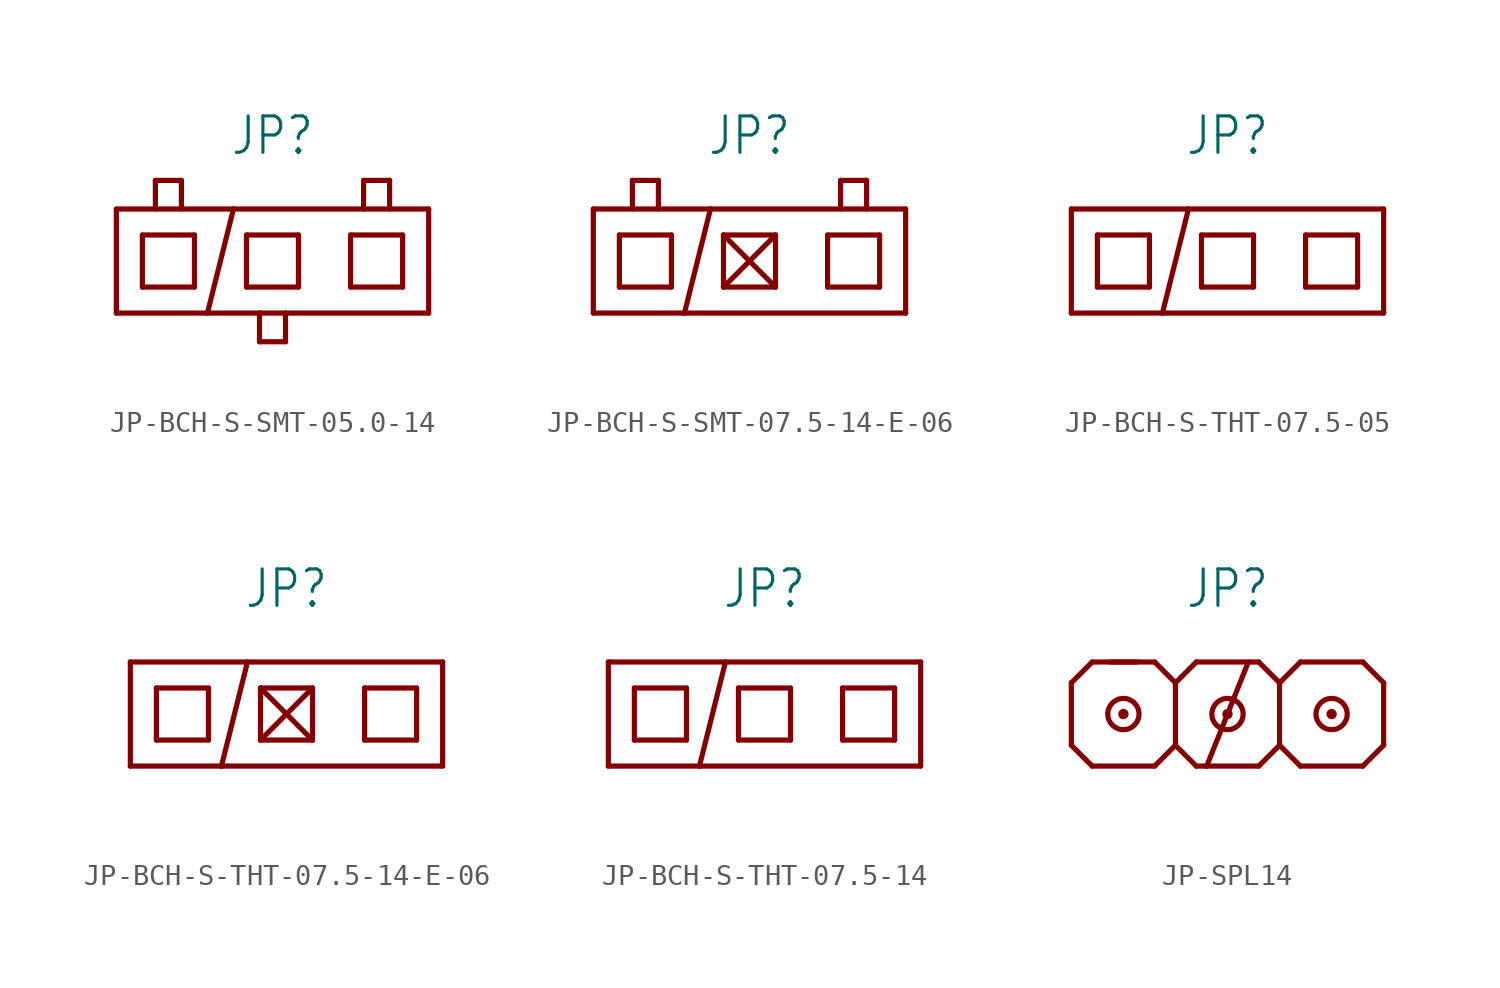
<source format=kicad_sym>
(kicad_symbol_lib
  (version 20231120)
  (generator "kicad_symbol_editor")
  (generator_version "8.0")
  (symbol "JP-BCH-S-SMT-05.0-14"
    (property "Reference" "JP"
      (at 0 5.08 0)
      (effects (font (size 1.778 1.511)) (justify bottom)))
    (property "Value" ""
      (at 0 -5.08 0)
      (effects (font (size 1.778 1.511)) (justify top)))
    (property "ki_locked" ""
      (at 0 0 0)
      (effects (font (size 1.27 1.27))))
    (symbol "JP-BCH-S-SMT-05.0-14_1_0"
      (polyline (pts (xy -7.62 -2.54) (xy -7.62 2.54)) (stroke (width 0.254) (type solid)) (fill (type none)))
      (polyline (pts (xy -6.35 -1.27) (xy -3.81 -1.27)) (stroke (width 0.254) (type solid)) (fill (type none)))
      (polyline (pts (xy -6.35 1.27) (xy -6.35 -1.27)) (stroke (width 0.254) (type solid)) (fill (type none)))
      (polyline (pts (xy -5.715 2.54) (xy -5.715 3.937)) (stroke (width 0.254) (type solid)) (fill (type none)))
      (polyline (pts (xy -5.715 3.937) (xy -4.445 3.937)) (stroke (width 0.254) (type solid)) (fill (type none)))
      (polyline (pts (xy -4.445 3.937) (xy -4.445 2.54)) (stroke (width 0.254) (type solid)) (fill (type none)))
      (polyline (pts (xy -3.81 -1.27) (xy -3.81 1.27)) (stroke (width 0.254) (type solid)) (fill (type none)))
      (polyline (pts (xy -3.81 1.27) (xy -6.35 1.27)) (stroke (width 0.254) (type solid)) (fill (type none)))
      (polyline (pts (xy -3.175 -2.54) (xy -7.62 -2.54)) (stroke (width 0.254) (type solid)) (fill (type none)))
      (polyline (pts (xy -3.175 -2.54) (xy -1.905 2.54)) (stroke (width 0.254) (type solid)) (fill (type none)))
      (polyline (pts (xy -1.905 2.54) (xy -7.62 2.54)) (stroke (width 0.254) (type solid)) (fill (type none)))
      (polyline (pts (xy -1.27 -1.27) (xy 1.27 -1.27)) (stroke (width 0.254) (type solid)) (fill (type none)))
      (polyline (pts (xy -1.27 1.27) (xy -1.27 -1.27)) (stroke (width 0.254) (type solid)) (fill (type none)))
      (polyline (pts (xy -0.635 -3.937) (xy -0.635 -2.54)) (stroke (width 0.254) (type solid)) (fill (type none)))
      (polyline (pts (xy -0.635 -2.54) (xy -3.175 -2.54)) (stroke (width 0.254) (type solid)) (fill (type none)))
      (polyline (pts (xy 0.635 -3.937) (xy -0.635 -3.937)) (stroke (width 0.254) (type solid)) (fill (type none)))
      (polyline (pts (xy 0.635 -2.54) (xy -0.635 -2.54)) (stroke (width 0.254) (type solid)) (fill (type none)))
      (polyline (pts (xy 0.635 -2.54) (xy 0.635 -3.937)) (stroke (width 0.254) (type solid)) (fill (type none)))
      (polyline (pts (xy 1.27 -1.27) (xy 1.27 1.27)) (stroke (width 0.254) (type solid)) (fill (type none)))
      (polyline (pts (xy 1.27 1.27) (xy -1.27 1.27)) (stroke (width 0.254) (type solid)) (fill (type none)))
      (polyline (pts (xy 3.81 -1.27) (xy 6.35 -1.27)) (stroke (width 0.254) (type solid)) (fill (type none)))
      (polyline (pts (xy 3.81 1.27) (xy 3.81 -1.27)) (stroke (width 0.254) (type solid)) (fill (type none)))
      (polyline (pts (xy 4.445 2.54) (xy 4.445 3.937)) (stroke (width 0.254) (type solid)) (fill (type none)))
      (polyline (pts (xy 4.445 3.937) (xy 5.715 3.937)) (stroke (width 0.254) (type solid)) (fill (type none)))
      (polyline (pts (xy 5.715 3.937) (xy 5.715 2.54)) (stroke (width 0.254) (type solid)) (fill (type none)))
      (polyline (pts (xy 6.35 -1.27) (xy 6.35 1.27)) (stroke (width 0.254) (type solid)) (fill (type none)))
      (polyline (pts (xy 6.35 1.27) (xy 3.81 1.27)) (stroke (width 0.254) (type solid)) (fill (type none)))
      (polyline (pts (xy 7.62 -2.54) (xy 0.635 -2.54)) (stroke (width 0.254) (type solid)) (fill (type none)))
      (polyline (pts (xy 7.62 2.54) (xy -1.905 2.54)) (stroke (width 0.254) (type solid)) (fill (type none)))
      (polyline (pts (xy 7.62 2.54) (xy 7.62 -2.54)) (stroke (width 0.254) (type solid)) (fill (type none)))))
  (symbol "JP-BCH-S-SMT-07.5-14-E-06"
    (property "Reference" "JP"
      (at 0 5.08 0)
      (effects (font (size 1.778 1.511)) (justify bottom)))
    (property "Value" ""
      (at 0 -5.08 0)
      (effects (font (size 1.778 1.511)) (justify top)))
    (property "ki_locked" ""
      (at 0 0 0)
      (effects (font (size 1.27 1.27))))
    (symbol "JP-BCH-S-SMT-07.5-14-E-06_1_0"
      (polyline (pts (xy -7.62 -2.54) (xy -7.62 2.54)) (stroke (width 0.254) (type solid)) (fill (type none)))
      (polyline (pts (xy -6.35 -1.27) (xy -3.81 -1.27)) (stroke (width 0.254) (type solid)) (fill (type none)))
      (polyline (pts (xy -6.35 1.27) (xy -6.35 -1.27)) (stroke (width 0.254) (type solid)) (fill (type none)))
      (polyline (pts (xy -5.715 2.54) (xy -5.715 3.937)) (stroke (width 0.254) (type solid)) (fill (type none)))
      (polyline (pts (xy -5.715 3.937) (xy -4.445 3.937)) (stroke (width 0.254) (type solid)) (fill (type none)))
      (polyline (pts (xy -4.445 3.937) (xy -4.445 2.54)) (stroke (width 0.254) (type solid)) (fill (type none)))
      (polyline (pts (xy -3.81 -1.27) (xy -3.81 1.27)) (stroke (width 0.254) (type solid)) (fill (type none)))
      (polyline (pts (xy -3.81 1.27) (xy -6.35 1.27)) (stroke (width 0.254) (type solid)) (fill (type none)))
      (polyline (pts (xy -3.175 -2.54) (xy -7.62 -2.54)) (stroke (width 0.254) (type solid)) (fill (type none)))
      (polyline (pts (xy -3.175 -2.54) (xy -1.905 2.54)) (stroke (width 0.254) (type solid)) (fill (type none)))
      (polyline (pts (xy -1.905 2.54) (xy -7.62 2.54)) (stroke (width 0.254) (type solid)) (fill (type none)))
      (polyline (pts (xy -1.27 -1.27) (xy 1.27 -1.27)) (stroke (width 0.254) (type solid)) (fill (type none)))
      (polyline (pts (xy -1.27 -1.27) (xy 1.27 1.27)) (stroke (width 0.254) (type solid)) (fill (type none)))
      (polyline (pts (xy -1.27 1.27) (xy -1.27 -1.27)) (stroke (width 0.254) (type solid)) (fill (type none)))
      (polyline (pts (xy -1.27 1.27) (xy 1.27 -1.27)) (stroke (width 0.254) (type solid)) (fill (type none)))
      (polyline (pts (xy 1.27 -1.27) (xy 1.27 1.27)) (stroke (width 0.254) (type solid)) (fill (type none)))
      (polyline (pts (xy 1.27 1.27) (xy -1.27 1.27)) (stroke (width 0.254) (type solid)) (fill (type none)))
      (polyline (pts (xy 3.81 -1.27) (xy 6.35 -1.27)) (stroke (width 0.254) (type solid)) (fill (type none)))
      (polyline (pts (xy 3.81 1.27) (xy 3.81 -1.27)) (stroke (width 0.254) (type solid)) (fill (type none)))
      (polyline (pts (xy 4.445 2.54) (xy 4.445 3.937)) (stroke (width 0.254) (type solid)) (fill (type none)))
      (polyline (pts (xy 4.445 3.937) (xy 5.715 3.937)) (stroke (width 0.254) (type solid)) (fill (type none)))
      (polyline (pts (xy 5.715 3.937) (xy 5.715 2.54)) (stroke (width 0.254) (type solid)) (fill (type none)))
      (polyline (pts (xy 6.35 -1.27) (xy 6.35 1.27)) (stroke (width 0.254) (type solid)) (fill (type none)))
      (polyline (pts (xy 6.35 1.27) (xy 3.81 1.27)) (stroke (width 0.254) (type solid)) (fill (type none)))
      (polyline (pts (xy 7.62 -2.54) (xy -3.175 -2.54)) (stroke (width 0.254) (type solid)) (fill (type none)))
      (polyline (pts (xy 7.62 2.54) (xy -1.905 2.54)) (stroke (width 0.254) (type solid)) (fill (type none)))
      (polyline (pts (xy 7.62 2.54) (xy 7.62 -2.54)) (stroke (width 0.254) (type solid)) (fill (type none)))))
  (symbol "JP-BCH-S-THT-07.5-05"
    (property "Reference" "JP"
      (at 0 5.08 0)
      (effects (font (size 1.778 1.511)) (justify bottom)))
    (property "Value" ""
      (at 0 -5.08 0)
      (effects (font (size 1.778 1.511)) (justify top)))
    (property "ki_locked" ""
      (at 0 0 0)
      (effects (font (size 1.27 1.27))))
    (symbol "JP-BCH-S-THT-07.5-05_1_0"
      (polyline (pts (xy -7.62 -2.54) (xy -7.62 2.54)) (stroke (width 0.254) (type solid)) (fill (type none)))
      (polyline (pts (xy -6.35 -1.27) (xy -3.81 -1.27)) (stroke (width 0.254) (type solid)) (fill (type none)))
      (polyline (pts (xy -6.35 1.27) (xy -6.35 -1.27)) (stroke (width 0.254) (type solid)) (fill (type none)))
      (polyline (pts (xy -3.81 -1.27) (xy -3.81 1.27)) (stroke (width 0.254) (type solid)) (fill (type none)))
      (polyline (pts (xy -3.81 1.27) (xy -6.35 1.27)) (stroke (width 0.254) (type solid)) (fill (type none)))
      (polyline (pts (xy -3.175 -2.54) (xy -7.62 -2.54)) (stroke (width 0.254) (type solid)) (fill (type none)))
      (polyline (pts (xy -3.175 -2.54) (xy -1.905 2.54)) (stroke (width 0.254) (type solid)) (fill (type none)))
      (polyline (pts (xy -1.905 2.54) (xy -7.62 2.54)) (stroke (width 0.254) (type solid)) (fill (type none)))
      (polyline (pts (xy -1.27 -1.27) (xy 1.27 -1.27)) (stroke (width 0.254) (type solid)) (fill (type none)))
      (polyline (pts (xy -1.27 1.27) (xy -1.27 -1.27)) (stroke (width 0.254) (type solid)) (fill (type none)))
      (polyline (pts (xy 1.27 -1.27) (xy 1.27 1.27)) (stroke (width 0.254) (type solid)) (fill (type none)))
      (polyline (pts (xy 1.27 1.27) (xy -1.27 1.27)) (stroke (width 0.254) (type solid)) (fill (type none)))
      (polyline (pts (xy 3.81 -1.27) (xy 6.35 -1.27)) (stroke (width 0.254) (type solid)) (fill (type none)))
      (polyline (pts (xy 3.81 1.27) (xy 3.81 -1.27)) (stroke (width 0.254) (type solid)) (fill (type none)))
      (polyline (pts (xy 6.35 -1.27) (xy 6.35 1.27)) (stroke (width 0.254) (type solid)) (fill (type none)))
      (polyline (pts (xy 6.35 1.27) (xy 3.81 1.27)) (stroke (width 0.254) (type solid)) (fill (type none)))
      (polyline (pts (xy 7.62 -2.54) (xy -3.175 -2.54)) (stroke (width 0.254) (type solid)) (fill (type none)))
      (polyline (pts (xy 7.62 2.54) (xy -1.905 2.54)) (stroke (width 0.254) (type solid)) (fill (type none)))
      (polyline (pts (xy 7.62 2.54) (xy 7.62 -2.54)) (stroke (width 0.254) (type solid)) (fill (type none)))))
  (symbol "JP-BCH-S-THT-07.5-14-E-06"
    (property "Reference" "JP"
      (at 0 5.08 0)
      (effects (font (size 1.778 1.511)) (justify bottom)))
    (property "Value" ""
      (at 0 -5.08 0)
      (effects (font (size 1.778 1.511)) (justify top)))
    (property "ki_locked" ""
      (at 0 0 0)
      (effects (font (size 1.27 1.27))))
    (symbol "JP-BCH-S-THT-07.5-14-E-06_1_0"
      (polyline (pts (xy -7.62 -2.54) (xy -7.62 2.54)) (stroke (width 0.254) (type solid)) (fill (type none)))
      (polyline (pts (xy -6.35 -1.27) (xy -3.81 -1.27)) (stroke (width 0.254) (type solid)) (fill (type none)))
      (polyline (pts (xy -6.35 1.27) (xy -6.35 -1.27)) (stroke (width 0.254) (type solid)) (fill (type none)))
      (polyline (pts (xy -3.81 -1.27) (xy -3.81 1.27)) (stroke (width 0.254) (type solid)) (fill (type none)))
      (polyline (pts (xy -3.81 1.27) (xy -6.35 1.27)) (stroke (width 0.254) (type solid)) (fill (type none)))
      (polyline (pts (xy -3.175 -2.54) (xy -7.62 -2.54)) (stroke (width 0.254) (type solid)) (fill (type none)))
      (polyline (pts (xy -3.175 -2.54) (xy -1.905 2.54)) (stroke (width 0.254) (type solid)) (fill (type none)))
      (polyline (pts (xy -1.905 2.54) (xy -7.62 2.54)) (stroke (width 0.254) (type solid)) (fill (type none)))
      (polyline (pts (xy -1.27 -1.27) (xy 1.27 -1.27)) (stroke (width 0.254) (type solid)) (fill (type none)))
      (polyline (pts (xy -1.27 -1.27) (xy 1.27 1.27)) (stroke (width 0.254) (type solid)) (fill (type none)))
      (polyline (pts (xy -1.27 1.27) (xy -1.27 -1.27)) (stroke (width 0.254) (type solid)) (fill (type none)))
      (polyline (pts (xy -1.27 1.27) (xy 1.27 -1.27)) (stroke (width 0.254) (type solid)) (fill (type none)))
      (polyline (pts (xy 1.27 -1.27) (xy 1.27 1.27)) (stroke (width 0.254) (type solid)) (fill (type none)))
      (polyline (pts (xy 1.27 1.27) (xy -1.27 1.27)) (stroke (width 0.254) (type solid)) (fill (type none)))
      (polyline (pts (xy 3.81 -1.27) (xy 6.35 -1.27)) (stroke (width 0.254) (type solid)) (fill (type none)))
      (polyline (pts (xy 3.81 1.27) (xy 3.81 -1.27)) (stroke (width 0.254) (type solid)) (fill (type none)))
      (polyline (pts (xy 6.35 -1.27) (xy 6.35 1.27)) (stroke (width 0.254) (type solid)) (fill (type none)))
      (polyline (pts (xy 6.35 1.27) (xy 3.81 1.27)) (stroke (width 0.254) (type solid)) (fill (type none)))
      (polyline (pts (xy 7.62 -2.54) (xy -3.175 -2.54)) (stroke (width 0.254) (type solid)) (fill (type none)))
      (polyline (pts (xy 7.62 2.54) (xy -1.905 2.54)) (stroke (width 0.254) (type solid)) (fill (type none)))
      (polyline (pts (xy 7.62 2.54) (xy 7.62 -2.54)) (stroke (width 0.254) (type solid)) (fill (type none)))))
  (symbol "JP-BCH-S-THT-07.5-14"
    (property "Reference" "JP"
      (at 0 5.08 0)
      (effects (font (size 1.778 1.511)) (justify bottom)))
    (property "Value" ""
      (at 0 -5.08 0)
      (effects (font (size 1.778 1.511)) (justify top)))
    (property "ki_locked" ""
      (at 0 0 0)
      (effects (font (size 1.27 1.27))))
    (symbol "JP-BCH-S-THT-07.5-14_1_0"
      (polyline (pts (xy -7.62 -2.54) (xy -7.62 2.54)) (stroke (width 0.254) (type solid)) (fill (type none)))
      (polyline (pts (xy -6.35 -1.27) (xy -3.81 -1.27)) (stroke (width 0.254) (type solid)) (fill (type none)))
      (polyline (pts (xy -6.35 1.27) (xy -6.35 -1.27)) (stroke (width 0.254) (type solid)) (fill (type none)))
      (polyline (pts (xy -3.81 -1.27) (xy -3.81 1.27)) (stroke (width 0.254) (type solid)) (fill (type none)))
      (polyline (pts (xy -3.81 1.27) (xy -6.35 1.27)) (stroke (width 0.254) (type solid)) (fill (type none)))
      (polyline (pts (xy -3.175 -2.54) (xy -7.62 -2.54)) (stroke (width 0.254) (type solid)) (fill (type none)))
      (polyline (pts (xy -3.175 -2.54) (xy -1.905 2.54)) (stroke (width 0.254) (type solid)) (fill (type none)))
      (polyline (pts (xy -1.905 2.54) (xy -7.62 2.54)) (stroke (width 0.254) (type solid)) (fill (type none)))
      (polyline (pts (xy -1.27 -1.27) (xy 1.27 -1.27)) (stroke (width 0.254) (type solid)) (fill (type none)))
      (polyline (pts (xy -1.27 1.27) (xy -1.27 -1.27)) (stroke (width 0.254) (type solid)) (fill (type none)))
      (polyline (pts (xy 1.27 -1.27) (xy 1.27 1.27)) (stroke (width 0.254) (type solid)) (fill (type none)))
      (polyline (pts (xy 1.27 1.27) (xy -1.27 1.27)) (stroke (width 0.254) (type solid)) (fill (type none)))
      (polyline (pts (xy 3.81 -1.27) (xy 6.35 -1.27)) (stroke (width 0.254) (type solid)) (fill (type none)))
      (polyline (pts (xy 3.81 1.27) (xy 3.81 -1.27)) (stroke (width 0.254) (type solid)) (fill (type none)))
      (polyline (pts (xy 6.35 -1.27) (xy 6.35 1.27)) (stroke (width 0.254) (type solid)) (fill (type none)))
      (polyline (pts (xy 6.35 1.27) (xy 3.81 1.27)) (stroke (width 0.254) (type solid)) (fill (type none)))
      (polyline (pts (xy 7.62 -2.54) (xy -3.175 -2.54)) (stroke (width 0.254) (type solid)) (fill (type none)))
      (polyline (pts (xy 7.62 2.54) (xy -1.905 2.54)) (stroke (width 0.254) (type solid)) (fill (type none)))
      (polyline (pts (xy 7.62 2.54) (xy 7.62 -2.54)) (stroke (width 0.254) (type solid)) (fill (type none)))))
  (symbol "JP-SPL14"
    (property "Reference" "JP"
      (at 0 5.08 0)
      (effects (font (size 1.778 1.511)) (justify bottom)))
    (property "Value" ""
      (at 0 -5.08 0)
      (effects (font (size 1.778 1.511)) (justify top)))
    (property "ki_locked" ""
      (at 0 0 0)
      (effects (font (size 1.27 1.27))))
    (symbol "JP-SPL14_1_0"
      (circle (center -5.08 0) (radius 0.127) (stroke (width 0.254) (type solid)) (fill (type none)))
      (circle (center -5.08 0) (radius 0.762) (stroke (width 0.254) (type solid)) (fill (type none)))
      (polyline (pts (xy -7.62 -1.524) (xy -6.604 -2.54)) (stroke (width 0.254) (type solid)) (fill (type none)))
      (polyline (pts (xy -7.62 1.524) (xy -7.62 -1.524)) (stroke (width 0.254) (type solid)) (fill (type none)))
      (polyline (pts (xy -6.604 -2.54) (xy -3.556 -2.54)) (stroke (width 0.254) (type solid)) (fill (type none)))
      (polyline (pts (xy -6.604 2.54) (xy -7.62 1.524)) (stroke (width 0.254) (type solid)) (fill (type none)))
      (polyline (pts (xy -4.445 2.54) (xy -5.715 2.54)) (stroke (width 0.254) (type solid)) (fill (type none)))
      (polyline (pts (xy -3.556 -2.54) (xy -2.54 -1.524)) (stroke (width 0.254) (type solid)) (fill (type none)))
      (polyline (pts (xy -3.556 2.54) (xy -6.604 2.54)) (stroke (width 0.254) (type solid)) (fill (type none)))
      (polyline (pts (xy -2.54 -1.524) (xy -2.54 1.524)) (stroke (width 0.254) (type solid)) (fill (type none)))
      (polyline (pts (xy -2.54 -1.524) (xy -1.524 -2.54)) (stroke (width 0.254) (type solid)) (fill (type none)))
      (polyline (pts (xy -2.54 1.524) (xy -3.556 2.54)) (stroke (width 0.254) (type solid)) (fill (type none)))
      (polyline (pts (xy -1.524 -2.54) (xy -1.016 -2.54)) (stroke (width 0.254) (type solid)) (fill (type none)))
      (polyline (pts (xy -1.524 2.54) (xy -2.54 1.524)) (stroke (width 0.254) (type solid)) (fill (type none)))
      (polyline (pts (xy -1.016 -2.54) (xy 1.016 2.54)) (stroke (width 0.254) (type solid)) (fill (type none)))
      (polyline (pts (xy -1.016 -2.54) (xy 1.524 -2.54)) (stroke (width 0.254) (type solid)) (fill (type none)))
      (polyline (pts (xy 1.524 -2.54) (xy 2.54 -1.524)) (stroke (width 0.254) (type solid)) (fill (type none)))
      (polyline (pts (xy 1.524 2.54) (xy -1.524 2.54)) (stroke (width 0.254) (type solid)) (fill (type none)))
      (polyline (pts (xy 2.54 -1.524) (xy 3.556 -2.54)) (stroke (width 0.254) (type solid)) (fill (type none)))
      (polyline (pts (xy 2.54 1.524) (xy 1.524 2.54)) (stroke (width 0.254) (type solid)) (fill (type none)))
      (polyline (pts (xy 2.54 1.524) (xy 2.54 -1.524)) (stroke (width 0.254) (type solid)) (fill (type none)))
      (polyline (pts (xy 3.556 -2.54) (xy 6.604 -2.54)) (stroke (width 0.254) (type solid)) (fill (type none)))
      (polyline (pts (xy 3.556 2.54) (xy 2.54 1.524)) (stroke (width 0.254) (type solid)) (fill (type none)))
      (polyline (pts (xy 6.604 -2.54) (xy 7.62 -1.524)) (stroke (width 0.254) (type solid)) (fill (type none)))
      (polyline (pts (xy 6.604 2.54) (xy 3.556 2.54)) (stroke (width 0.254) (type solid)) (fill (type none)))
      (polyline (pts (xy 7.62 1.524) (xy 6.604 2.54)) (stroke (width 0.254) (type solid)) (fill (type none)))
      (polyline (pts (xy 7.62 1.524) (xy 7.62 -1.524)) (stroke (width 0.254) (type solid)) (fill (type none)))
      (circle (center 0 0) (radius 0.127) (stroke (width 0.254) (type solid)) (fill (type none)))
      (circle (center 0 0) (radius 0.762) (stroke (width 0.254) (type solid)) (fill (type none)))
      (circle (center 5.08 0) (radius 0.127) (stroke (width 0.254) (type solid)) (fill (type none)))
      (circle (center 5.08 0) (radius 0.762) (stroke (width 0.254) (type solid)) (fill (type none))))))
</source>
